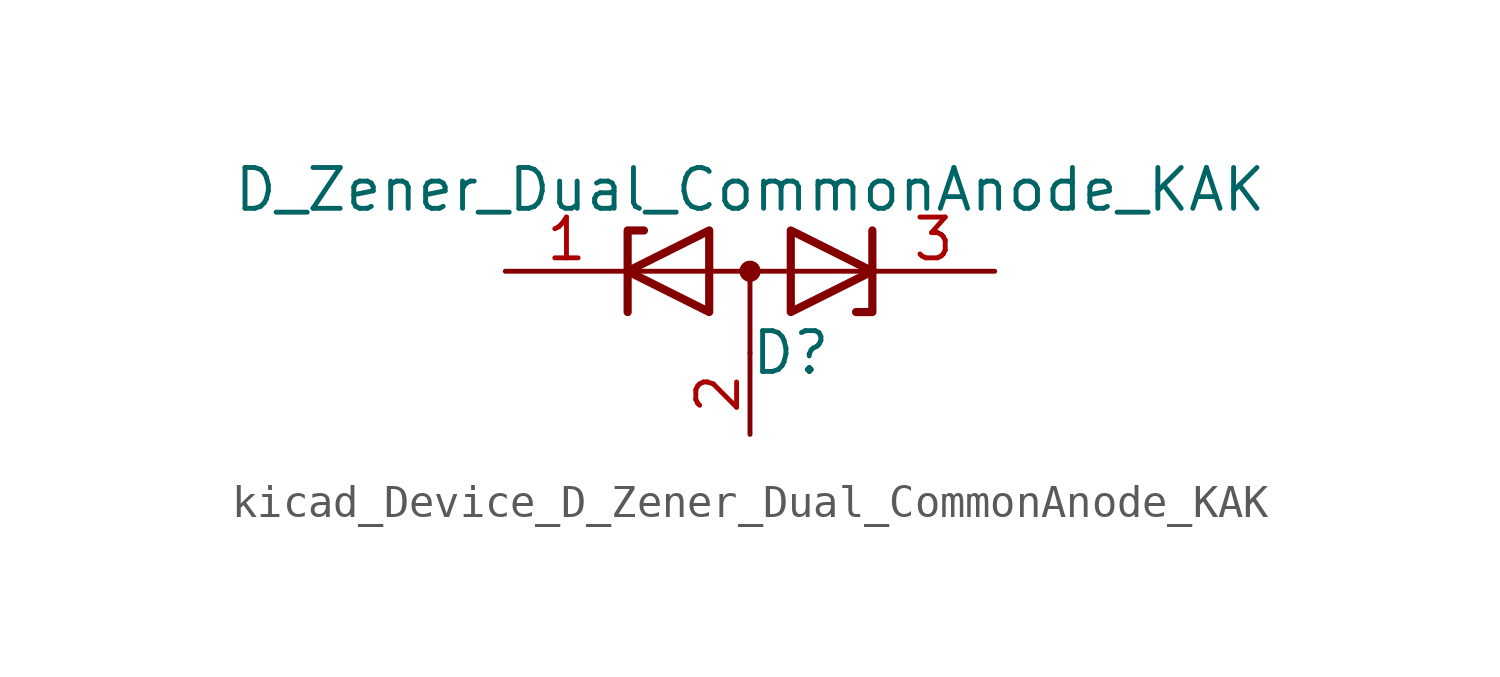
<source format=kicad_sym>
(kicad_symbol_lib
  (version 20220914)
  (generator kicad_symbol_editor)
  (symbol "kicad_Device_D_Zener_Dual_CommonAnode_KAK"
    (pin_names
      (offset 0.762) hide)
    (property "Reference" "D"
      (at 1.27 -2.54 0)
      (effects (font (size 1.27 1.27))))
    (property "Value" "D_Zener_Dual_CommonAnode_KAK"
      (at 0 2.54 0)
      (effects (font (size 1.27 1.27))))
    (symbol "kicad_Device_D_Zener_Dual_CommonAnode_KAK_0_1"
      (polyline (pts (xy -3.556 0) (xy 3.81 0)) (stroke (width 0) (type default)) (fill (type none)))
      (polyline (pts (xy 0 0) (xy 0 -2.54)) (stroke (width 0) (type default)) (fill (type none)))
      (polyline (pts (xy -3.81 -1.27) (xy -3.81 1.27) (xy -3.302 1.27)) (stroke (width 0.254) (type default)) (fill (type none)))
      (polyline (pts (xy 3.302 -1.27) (xy 3.81 -1.27) (xy 3.81 1.27)) (stroke (width 0.254) (type default)) (fill (type none)))
      (polyline (pts (xy -1.27 -1.27) (xy -3.81 0) (xy -1.27 1.27) (xy -1.27 -1.27) (xy -1.27 -1.27) (xy -1.27 -1.27)) (stroke (width 0.254) (type default)) (fill (type none)))
      (polyline (pts (xy 1.27 1.27) (xy 3.81 0) (xy 1.27 -1.27) (xy 1.27 1.27) (xy 1.27 1.27) (xy 1.27 1.27)) (stroke (width 0.254) (type default)) (fill (type none)))
      (circle (center 0 0) (radius 0.254) (stroke (width 0) (type default)) (fill (type outline)))
      (pin passive line (at -7.62 0 0) (length 3.81) (name "K" (effects (font (size 1.27 1.27)))) (number "1" (effects (font (size 1.27 1.27)))))
      (pin passive line (at 0 -5.08 90) (length 2.54) (name "A" (effects (font (size 1.27 1.27)))) (number "2" (effects (font (size 1.27 1.27)))))
      (pin passive line (at 7.62 0 180) (length 3.81) (name "K" (effects (font (size 1.27 1.27)))) (number "3" (effects (font (size 1.27 1.27))))))))
</source>
